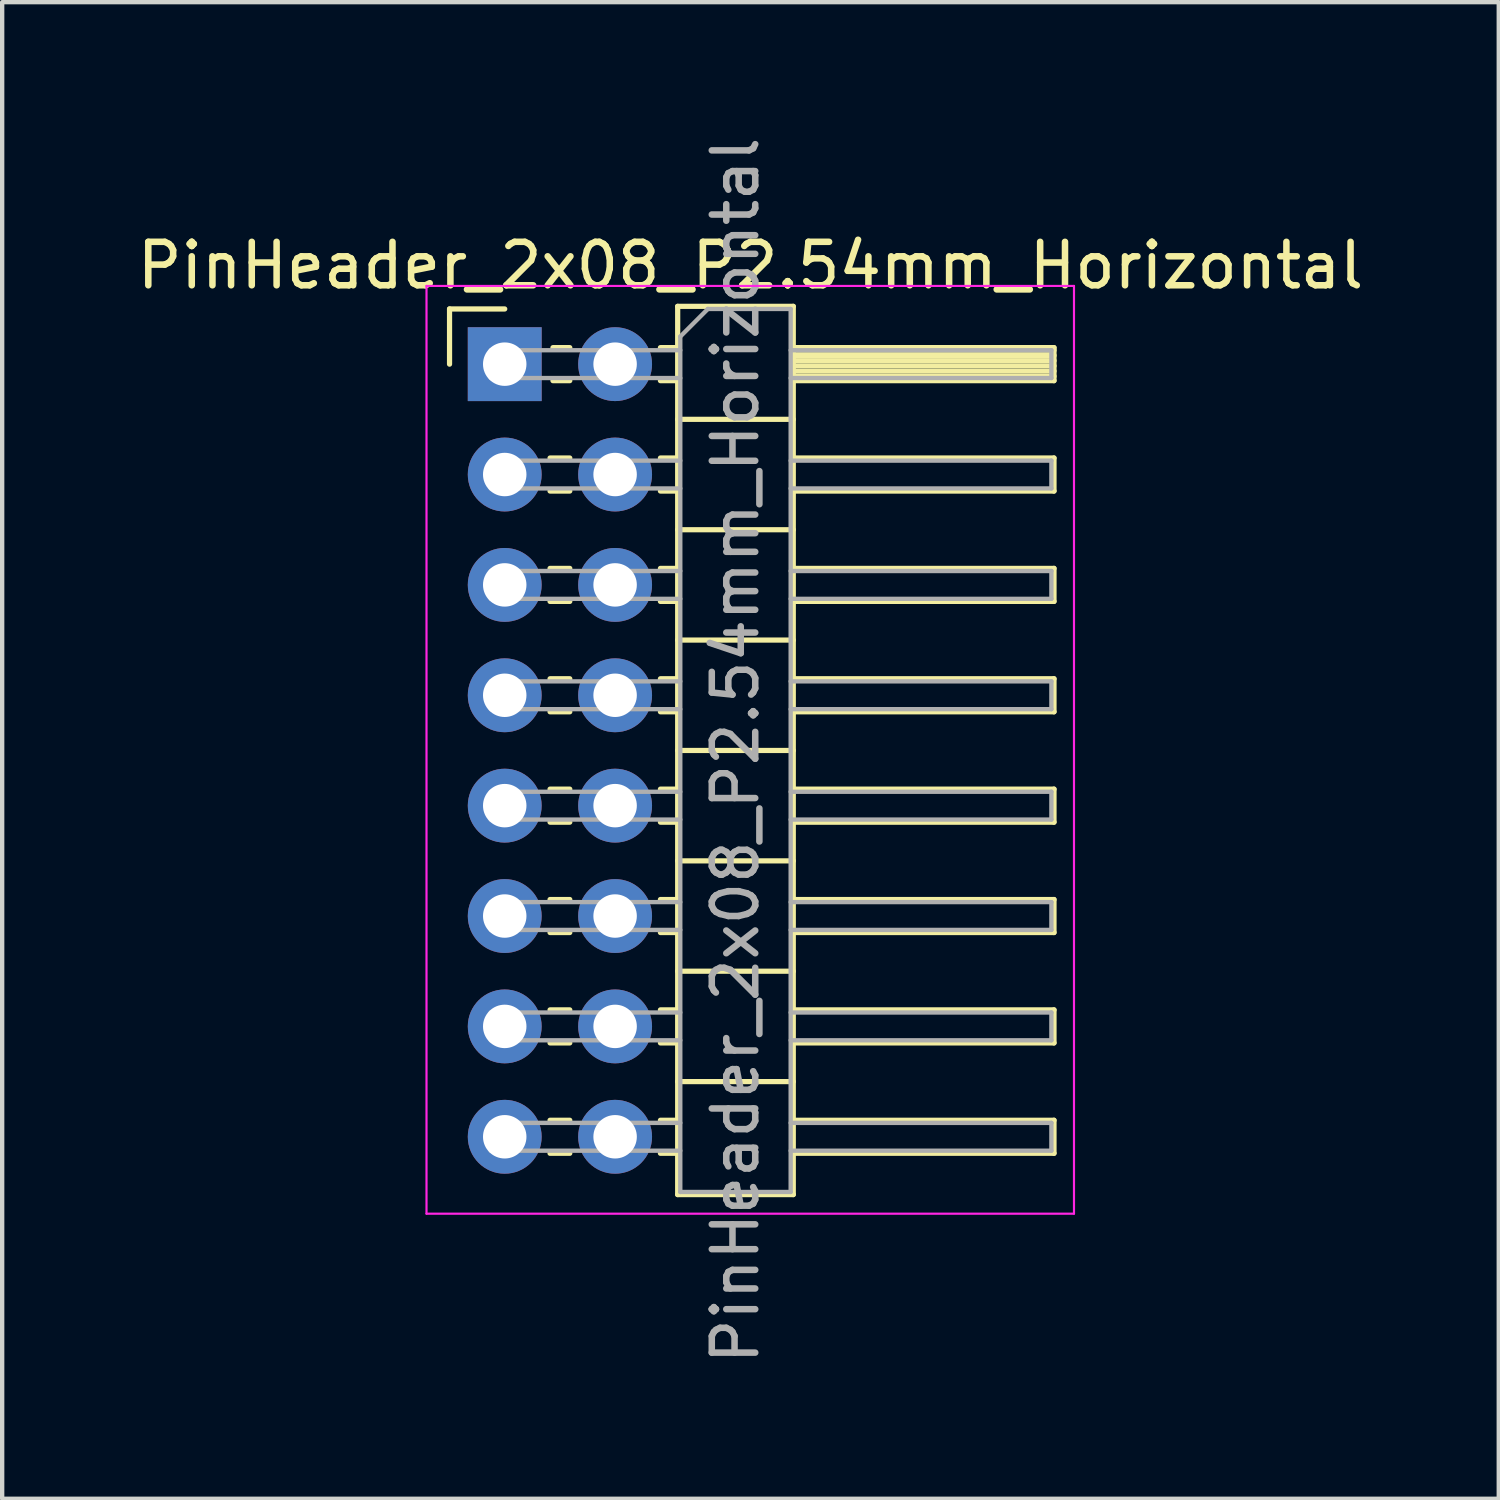
<source format=kicad_pcb>
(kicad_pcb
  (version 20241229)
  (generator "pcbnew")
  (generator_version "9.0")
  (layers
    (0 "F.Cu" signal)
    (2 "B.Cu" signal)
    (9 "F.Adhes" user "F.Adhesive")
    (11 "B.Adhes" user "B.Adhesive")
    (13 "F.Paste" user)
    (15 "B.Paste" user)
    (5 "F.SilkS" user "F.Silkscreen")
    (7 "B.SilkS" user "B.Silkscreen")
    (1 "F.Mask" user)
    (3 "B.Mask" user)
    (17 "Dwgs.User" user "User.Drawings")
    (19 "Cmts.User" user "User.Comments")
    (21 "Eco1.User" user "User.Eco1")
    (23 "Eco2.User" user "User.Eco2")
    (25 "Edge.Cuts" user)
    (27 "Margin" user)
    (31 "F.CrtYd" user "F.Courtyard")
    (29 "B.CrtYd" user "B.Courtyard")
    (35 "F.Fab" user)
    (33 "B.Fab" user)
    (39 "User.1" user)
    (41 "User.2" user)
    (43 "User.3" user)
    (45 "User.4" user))
  (footprint "PinHeader_2x08_P2.54mm_Horizontal"
    (layer "F.Cu")
    (at 8.565 5.33)
    (property "Reference" "PinHeader_2x08_P2.54mm_Horizontal" (at 5.655 -2.27 0) (layer "F.SilkS") (effects (font (size 1 1) (thickness 0.15))))
    (attr through_hole)
    (fp_line (start -1.27 -1.27) (end 0 -1.27) (stroke (width 0.12) (type solid)) (layer "F.SilkS"))
    (fp_line (start -1.27 0) (end -1.27 -1.27) (stroke (width 0.12) (type solid)) (layer "F.SilkS"))
    (fp_line (start 1.043 2.16) (end 1.497 2.16) (stroke (width 0.12) (type solid)) (layer "F.SilkS"))
    (fp_line (start 1.043 2.92) (end 1.497 2.92) (stroke (width 0.12) (type solid)) (layer "F.SilkS"))
    (fp_line (start 1.043 4.7) (end 1.497 4.7) (stroke (width 0.12) (type solid)) (layer "F.SilkS"))
    (fp_line (start 1.043 5.46) (end 1.497 5.46) (stroke (width 0.12) (type solid)) (layer "F.SilkS"))
    (fp_line (start 1.043 7.24) (end 1.497 7.24) (stroke (width 0.12) (type solid)) (layer "F.SilkS"))
    (fp_line (start 1.043 8) (end 1.497 8) (stroke (width 0.12) (type solid)) (layer "F.SilkS"))
    (fp_line (start 1.043 9.78) (end 1.497 9.78) (stroke (width 0.12) (type solid)) (layer "F.SilkS"))
    (fp_line (start 1.043 10.54) (end 1.497 10.54) (stroke (width 0.12) (type solid)) (layer "F.SilkS"))
    (fp_line (start 1.043 12.32) (end 1.497 12.32) (stroke (width 0.12) (type solid)) (layer "F.SilkS"))
    (fp_line (start 1.043 13.08) (end 1.497 13.08) (stroke (width 0.12) (type solid)) (layer "F.SilkS"))
    (fp_line (start 1.043 14.86) (end 1.497 14.86) (stroke (width 0.12) (type solid)) (layer "F.SilkS"))
    (fp_line (start 1.043 15.62) (end 1.497 15.62) (stroke (width 0.12) (type solid)) (layer "F.SilkS"))
    (fp_line (start 1.043 17.4) (end 1.497 17.4) (stroke (width 0.12) (type solid)) (layer "F.SilkS"))
    (fp_line (start 1.043 18.16) (end 1.497 18.16) (stroke (width 0.12) (type solid)) (layer "F.SilkS"))
    (fp_line (start 1.11 -0.38) (end 1.497 -0.38) (stroke (width 0.12) (type solid)) (layer "F.SilkS"))
    (fp_line (start 1.11 0.38) (end 1.497 0.38) (stroke (width 0.12) (type solid)) (layer "F.SilkS"))
    (fp_line (start 3.583 -0.38) (end 3.98 -0.38) (stroke (width 0.12) (type solid)) (layer "F.SilkS"))
    (fp_line (start 3.583 0.38) (end 3.98 0.38) (stroke (width 0.12) (type solid)) (layer "F.SilkS"))
    (fp_line (start 3.583 2.16) (end 3.98 2.16) (stroke (width 0.12) (type solid)) (layer "F.SilkS"))
    (fp_line (start 3.583 2.92) (end 3.98 2.92) (stroke (width 0.12) (type solid)) (layer "F.SilkS"))
    (fp_line (start 3.583 4.7) (end 3.98 4.7) (stroke (width 0.12) (type solid)) (layer "F.SilkS"))
    (fp_line (start 3.583 5.46) (end 3.98 5.46) (stroke (width 0.12) (type solid)) (layer "F.SilkS"))
    (fp_line (start 3.583 7.24) (end 3.98 7.24) (stroke (width 0.12) (type solid)) (layer "F.SilkS"))
    (fp_line (start 3.583 8) (end 3.98 8) (stroke (width 0.12) (type solid)) (layer "F.SilkS"))
    (fp_line (start 3.583 9.78) (end 3.98 9.78) (stroke (width 0.12) (type solid)) (layer "F.SilkS"))
    (fp_line (start 3.583 10.54) (end 3.98 10.54) (stroke (width 0.12) (type solid)) (layer "F.SilkS"))
    (fp_line (start 3.583 12.32) (end 3.98 12.32) (stroke (width 0.12) (type solid)) (layer "F.SilkS"))
    (fp_line (start 3.583 13.08) (end 3.98 13.08) (stroke (width 0.12) (type solid)) (layer "F.SilkS"))
    (fp_line (start 3.583 14.86) (end 3.98 14.86) (stroke (width 0.12) (type solid)) (layer "F.SilkS"))
    (fp_line (start 3.583 15.62) (end 3.98 15.62) (stroke (width 0.12) (type solid)) (layer "F.SilkS"))
    (fp_line (start 3.583 17.4) (end 3.98 17.4) (stroke (width 0.12) (type solid)) (layer "F.SilkS"))
    (fp_line (start 3.583 18.16) (end 3.98 18.16) (stroke (width 0.12) (type solid)) (layer "F.SilkS"))
    (fp_line (start 3.98 -1.33) (end 3.98 19.11) (stroke (width 0.12) (type solid)) (layer "F.SilkS"))
    (fp_line (start 3.98 1.27) (end 6.64 1.27) (stroke (width 0.12) (type solid)) (layer "F.SilkS"))
    (fp_line (start 3.98 3.81) (end 6.64 3.81) (stroke (width 0.12) (type solid)) (layer "F.SilkS"))
    (fp_line (start 3.98 6.35) (end 6.64 6.35) (stroke (width 0.12) (type solid)) (layer "F.SilkS"))
    (fp_line (start 3.98 8.89) (end 6.64 8.89) (stroke (width 0.12) (type solid)) (layer "F.SilkS"))
    (fp_line (start 3.98 11.43) (end 6.64 11.43) (stroke (width 0.12) (type solid)) (layer "F.SilkS"))
    (fp_line (start 3.98 13.97) (end 6.64 13.97) (stroke (width 0.12) (type solid)) (layer "F.SilkS"))
    (fp_line (start 3.98 16.51) (end 6.64 16.51) (stroke (width 0.12) (type solid)) (layer "F.SilkS"))
    (fp_line (start 3.98 19.11) (end 6.64 19.11) (stroke (width 0.12) (type solid)) (layer "F.SilkS"))
    (fp_line (start 6.64 -1.33) (end 3.98 -1.33) (stroke (width 0.12) (type solid)) (layer "F.SilkS"))
    (fp_line (start 6.64 -0.38) (end 12.64 -0.38) (stroke (width 0.12) (type solid)) (layer "F.SilkS"))
    (fp_line (start 6.64 -0.32) (end 12.64 -0.32) (stroke (width 0.12) (type solid)) (layer "F.SilkS"))
    (fp_line (start 6.64 -0.2) (end 12.64 -0.2) (stroke (width 0.12) (type solid)) (layer "F.SilkS"))
    (fp_line (start 6.64 -0.08) (end 12.64 -0.08) (stroke (width 0.12) (type solid)) (layer "F.SilkS"))
    (fp_line (start 6.64 0.04) (end 12.64 0.04) (stroke (width 0.12) (type solid)) (layer "F.SilkS"))
    (fp_line (start 6.64 0.16) (end 12.64 0.16) (stroke (width 0.12) (type solid)) (layer "F.SilkS"))
    (fp_line (start 6.64 0.28) (end 12.64 0.28) (stroke (width 0.12) (type solid)) (layer "F.SilkS"))
    (fp_line (start 6.64 2.16) (end 12.64 2.16) (stroke (width 0.12) (type solid)) (layer "F.SilkS"))
    (fp_line (start 6.64 4.7) (end 12.64 4.7) (stroke (width 0.12) (type solid)) (layer "F.SilkS"))
    (fp_line (start 6.64 7.24) (end 12.64 7.24) (stroke (width 0.12) (type solid)) (layer "F.SilkS"))
    (fp_line (start 6.64 9.78) (end 12.64 9.78) (stroke (width 0.12) (type solid)) (layer "F.SilkS"))
    (fp_line (start 6.64 12.32) (end 12.64 12.32) (stroke (width 0.12) (type solid)) (layer "F.SilkS"))
    (fp_line (start 6.64 14.86) (end 12.64 14.86) (stroke (width 0.12) (type solid)) (layer "F.SilkS"))
    (fp_line (start 6.64 17.4) (end 12.64 17.4) (stroke (width 0.12) (type solid)) (layer "F.SilkS"))
    (fp_line (start 6.64 19.11) (end 6.64 -1.33) (stroke (width 0.12) (type solid)) (layer "F.SilkS"))
    (fp_line (start 12.64 -0.38) (end 12.64 0.38) (stroke (width 0.12) (type solid)) (layer "F.SilkS"))
    (fp_line (start 12.64 0.38) (end 6.64 0.38) (stroke (width 0.12) (type solid)) (layer "F.SilkS"))
    (fp_line (start 12.64 2.16) (end 12.64 2.92) (stroke (width 0.12) (type solid)) (layer "F.SilkS"))
    (fp_line (start 12.64 2.92) (end 6.64 2.92) (stroke (width 0.12) (type solid)) (layer "F.SilkS"))
    (fp_line (start 12.64 4.7) (end 12.64 5.46) (stroke (width 0.12) (type solid)) (layer "F.SilkS"))
    (fp_line (start 12.64 5.46) (end 6.64 5.46) (stroke (width 0.12) (type solid)) (layer "F.SilkS"))
    (fp_line (start 12.64 7.24) (end 12.64 8) (stroke (width 0.12) (type solid)) (layer "F.SilkS"))
    (fp_line (start 12.64 8) (end 6.64 8) (stroke (width 0.12) (type solid)) (layer "F.SilkS"))
    (fp_line (start 12.64 9.78) (end 12.64 10.54) (stroke (width 0.12) (type solid)) (layer "F.SilkS"))
    (fp_line (start 12.64 10.54) (end 6.64 10.54) (stroke (width 0.12) (type solid)) (layer "F.SilkS"))
    (fp_line (start 12.64 12.32) (end 12.64 13.08) (stroke (width 0.12) (type solid)) (layer "F.SilkS"))
    (fp_line (start 12.64 13.08) (end 6.64 13.08) (stroke (width 0.12) (type solid)) (layer "F.SilkS"))
    (fp_line (start 12.64 14.86) (end 12.64 15.62) (stroke (width 0.12) (type solid)) (layer "F.SilkS"))
    (fp_line (start 12.64 15.62) (end 6.64 15.62) (stroke (width 0.12) (type solid)) (layer "F.SilkS"))
    (fp_line (start 12.64 17.4) (end 12.64 18.16) (stroke (width 0.12) (type solid)) (layer "F.SilkS"))
    (fp_line (start 12.64 18.16) (end 6.64 18.16) (stroke (width 0.12) (type solid)) (layer "F.SilkS"))
    (fp_line (start -1.8 -1.8) (end -1.8 19.55) (stroke (width 0.05) (type solid)) (layer "F.CrtYd"))
    (fp_line (start -1.8 19.55) (end 13.1 19.55) (stroke (width 0.05) (type solid)) (layer "F.CrtYd"))
    (fp_line (start 13.1 -1.8) (end -1.8 -1.8) (stroke (width 0.05) (type solid)) (layer "F.CrtYd"))
    (fp_line (start 13.1 19.55) (end 13.1 -1.8) (stroke (width 0.05) (type solid)) (layer "F.CrtYd"))
    (fp_line (start -0.32 -0.32) (end -0.32 0.32) (stroke (width 0.1) (type solid)) (layer "F.Fab"))
    (fp_line (start -0.32 -0.32) (end 4.04 -0.32) (stroke (width 0.1) (type solid)) (layer "F.Fab"))
    (fp_line (start -0.32 0.32) (end 4.04 0.32) (stroke (width 0.1) (type solid)) (layer "F.Fab"))
    (fp_line (start -0.32 2.22) (end -0.32 2.86) (stroke (width 0.1) (type solid)) (layer "F.Fab"))
    (fp_line (start -0.32 2.22) (end 4.04 2.22) (stroke (width 0.1) (type solid)) (layer "F.Fab"))
    (fp_line (start -0.32 2.86) (end 4.04 2.86) (stroke (width 0.1) (type solid)) (layer "F.Fab"))
    (fp_line (start -0.32 4.76) (end -0.32 5.4) (stroke (width 0.1) (type solid)) (layer "F.Fab"))
    (fp_line (start -0.32 4.76) (end 4.04 4.76) (stroke (width 0.1) (type solid)) (layer "F.Fab"))
    (fp_line (start -0.32 5.4) (end 4.04 5.4) (stroke (width 0.1) (type solid)) (layer "F.Fab"))
    (fp_line (start -0.32 7.3) (end -0.32 7.94) (stroke (width 0.1) (type solid)) (layer "F.Fab"))
    (fp_line (start -0.32 7.3) (end 4.04 7.3) (stroke (width 0.1) (type solid)) (layer "F.Fab"))
    (fp_line (start -0.32 7.94) (end 4.04 7.94) (stroke (width 0.1) (type solid)) (layer "F.Fab"))
    (fp_line (start -0.32 9.84) (end -0.32 10.48) (stroke (width 0.1) (type solid)) (layer "F.Fab"))
    (fp_line (start -0.32 9.84) (end 4.04 9.84) (stroke (width 0.1) (type solid)) (layer "F.Fab"))
    (fp_line (start -0.32 10.48) (end 4.04 10.48) (stroke (width 0.1) (type solid)) (layer "F.Fab"))
    (fp_line (start -0.32 12.38) (end -0.32 13.02) (stroke (width 0.1) (type solid)) (layer "F.Fab"))
    (fp_line (start -0.32 12.38) (end 4.04 12.38) (stroke (width 0.1) (type solid)) (layer "F.Fab"))
    (fp_line (start -0.32 13.02) (end 4.04 13.02) (stroke (width 0.1) (type solid)) (layer "F.Fab"))
    (fp_line (start -0.32 14.92) (end -0.32 15.56) (stroke (width 0.1) (type solid)) (layer "F.Fab"))
    (fp_line (start -0.32 14.92) (end 4.04 14.92) (stroke (width 0.1) (type solid)) (layer "F.Fab"))
    (fp_line (start -0.32 15.56) (end 4.04 15.56) (stroke (width 0.1) (type solid)) (layer "F.Fab"))
    (fp_line (start -0.32 17.46) (end -0.32 18.1) (stroke (width 0.1) (type solid)) (layer "F.Fab"))
    (fp_line (start -0.32 17.46) (end 4.04 17.46) (stroke (width 0.1) (type solid)) (layer "F.Fab"))
    (fp_line (start -0.32 18.1) (end 4.04 18.1) (stroke (width 0.1) (type solid)) (layer "F.Fab"))
    (fp_line (start 4.04 -0.635) (end 4.675 -1.27) (stroke (width 0.1) (type solid)) (layer "F.Fab"))
    (fp_line (start 4.04 19.05) (end 4.04 -0.635) (stroke (width 0.1) (type solid)) (layer "F.Fab"))
    (fp_line (start 4.675 -1.27) (end 6.58 -1.27) (stroke (width 0.1) (type solid)) (layer "F.Fab"))
    (fp_line (start 6.58 -1.27) (end 6.58 19.05) (stroke (width 0.1) (type solid)) (layer "F.Fab"))
    (fp_line (start 6.58 -0.32) (end 12.58 -0.32) (stroke (width 0.1) (type solid)) (layer "F.Fab"))
    (fp_line (start 6.58 0.32) (end 12.58 0.32) (stroke (width 0.1) (type solid)) (layer "F.Fab"))
    (fp_line (start 6.58 2.22) (end 12.58 2.22) (stroke (width 0.1) (type solid)) (layer "F.Fab"))
    (fp_line (start 6.58 2.86) (end 12.58 2.86) (stroke (width 0.1) (type solid)) (layer "F.Fab"))
    (fp_line (start 6.58 4.76) (end 12.58 4.76) (stroke (width 0.1) (type solid)) (layer "F.Fab"))
    (fp_line (start 6.58 5.4) (end 12.58 5.4) (stroke (width 0.1) (type solid)) (layer "F.Fab"))
    (fp_line (start 6.58 7.3) (end 12.58 7.3) (stroke (width 0.1) (type solid)) (layer "F.Fab"))
    (fp_line (start 6.58 7.94) (end 12.58 7.94) (stroke (width 0.1) (type solid)) (layer "F.Fab"))
    (fp_line (start 6.58 9.84) (end 12.58 9.84) (stroke (width 0.1) (type solid)) (layer "F.Fab"))
    (fp_line (start 6.58 10.48) (end 12.58 10.48) (stroke (width 0.1) (type solid)) (layer "F.Fab"))
    (fp_line (start 6.58 12.38) (end 12.58 12.38) (stroke (width 0.1) (type solid)) (layer "F.Fab"))
    (fp_line (start 6.58 13.02) (end 12.58 13.02) (stroke (width 0.1) (type solid)) (layer "F.Fab"))
    (fp_line (start 6.58 14.92) (end 12.58 14.92) (stroke (width 0.1) (type solid)) (layer "F.Fab"))
    (fp_line (start 6.58 15.56) (end 12.58 15.56) (stroke (width 0.1) (type solid)) (layer "F.Fab"))
    (fp_line (start 6.58 17.46) (end 12.58 17.46) (stroke (width 0.1) (type solid)) (layer "F.Fab"))
    (fp_line (start 6.58 18.1) (end 12.58 18.1) (stroke (width 0.1) (type solid)) (layer "F.Fab"))
    (fp_line (start 6.58 19.05) (end 4.04 19.05) (stroke (width 0.1) (type solid)) (layer "F.Fab"))
    (fp_line (start 12.58 -0.32) (end 12.58 0.32) (stroke (width 0.1) (type solid)) (layer "F.Fab"))
    (fp_line (start 12.58 2.22) (end 12.58 2.86) (stroke (width 0.1) (type solid)) (layer "F.Fab"))
    (fp_line (start 12.58 4.76) (end 12.58 5.4) (stroke (width 0.1) (type solid)) (layer "F.Fab"))
    (fp_line (start 12.58 7.3) (end 12.58 7.94) (stroke (width 0.1) (type solid)) (layer "F.Fab"))
    (fp_line (start 12.58 9.84) (end 12.58 10.48) (stroke (width 0.1) (type solid)) (layer "F.Fab"))
    (fp_line (start 12.58 12.38) (end 12.58 13.02) (stroke (width 0.1) (type solid)) (layer "F.Fab"))
    (fp_line (start 12.58 14.92) (end 12.58 15.56) (stroke (width 0.1) (type solid)) (layer "F.Fab"))
    (fp_line (start 12.58 17.46) (end 12.58 18.1) (stroke (width 0.1) (type solid)) (layer "F.Fab"))
    (fp_text user "${REFERENCE}" (at 5.31 8.89 90) (layer "F.Fab") (effects (font (size 1 1) (thickness 0.15))))
    (pad "1" thru_hole rect (at 0 0) (size 1.7 1.7) (drill 1) (layers "*.Cu" "*.Mask"))
    (pad "2" thru_hole oval (at 2.54 0) (size 1.7 1.7) (drill 1) (layers "*.Cu" "*.Mask"))
    (pad "3" thru_hole oval (at 0 2.54) (size 1.7 1.7) (drill 1) (layers "*.Cu" "*.Mask"))
    (pad "4" thru_hole oval (at 2.54 2.54) (size 1.7 1.7) (drill 1) (layers "*.Cu" "*.Mask"))
    (pad "5" thru_hole oval (at 0 5.08) (size 1.7 1.7) (drill 1) (layers "*.Cu" "*.Mask"))
    (pad "6" thru_hole oval (at 2.54 5.08) (size 1.7 1.7) (drill 1) (layers "*.Cu" "*.Mask"))
    (pad "7" thru_hole oval (at 0 7.62) (size 1.7 1.7) (drill 1) (layers "*.Cu" "*.Mask"))
    (pad "8" thru_hole oval (at 2.54 7.62) (size 1.7 1.7) (drill 1) (layers "*.Cu" "*.Mask"))
    (pad "9" thru_hole oval (at 0 10.16) (size 1.7 1.7) (drill 1) (layers "*.Cu" "*.Mask"))
    (pad "10" thru_hole oval (at 2.54 10.16) (size 1.7 1.7) (drill 1) (layers "*.Cu" "*.Mask"))
    (pad "11" thru_hole oval (at 0 12.7) (size 1.7 1.7) (drill 1) (layers "*.Cu" "*.Mask"))
    (pad "12" thru_hole oval (at 2.54 12.7) (size 1.7 1.7) (drill 1) (layers "*.Cu" "*.Mask"))
    (pad "13" thru_hole oval (at 0 15.24) (size 1.7 1.7) (drill 1) (layers "*.Cu" "*.Mask"))
    (pad "14" thru_hole oval (at 2.54 15.24) (size 1.7 1.7) (drill 1) (layers "*.Cu" "*.Mask"))
    (pad "15" thru_hole oval (at 0 17.78) (size 1.7 1.7) (drill 1) (layers "*.Cu" "*.Mask"))
    (pad "16" thru_hole oval (at 2.54 17.78) (size 1.7 1.7) (drill 1) (layers "*.Cu" "*.Mask")))
  (gr_rect
    (start -3 -3)
    (end 31.44 31.44)
    (stroke (width 0.1) (type default))
    (fill no)
    (layer "Edge.Cuts")))
</source>
